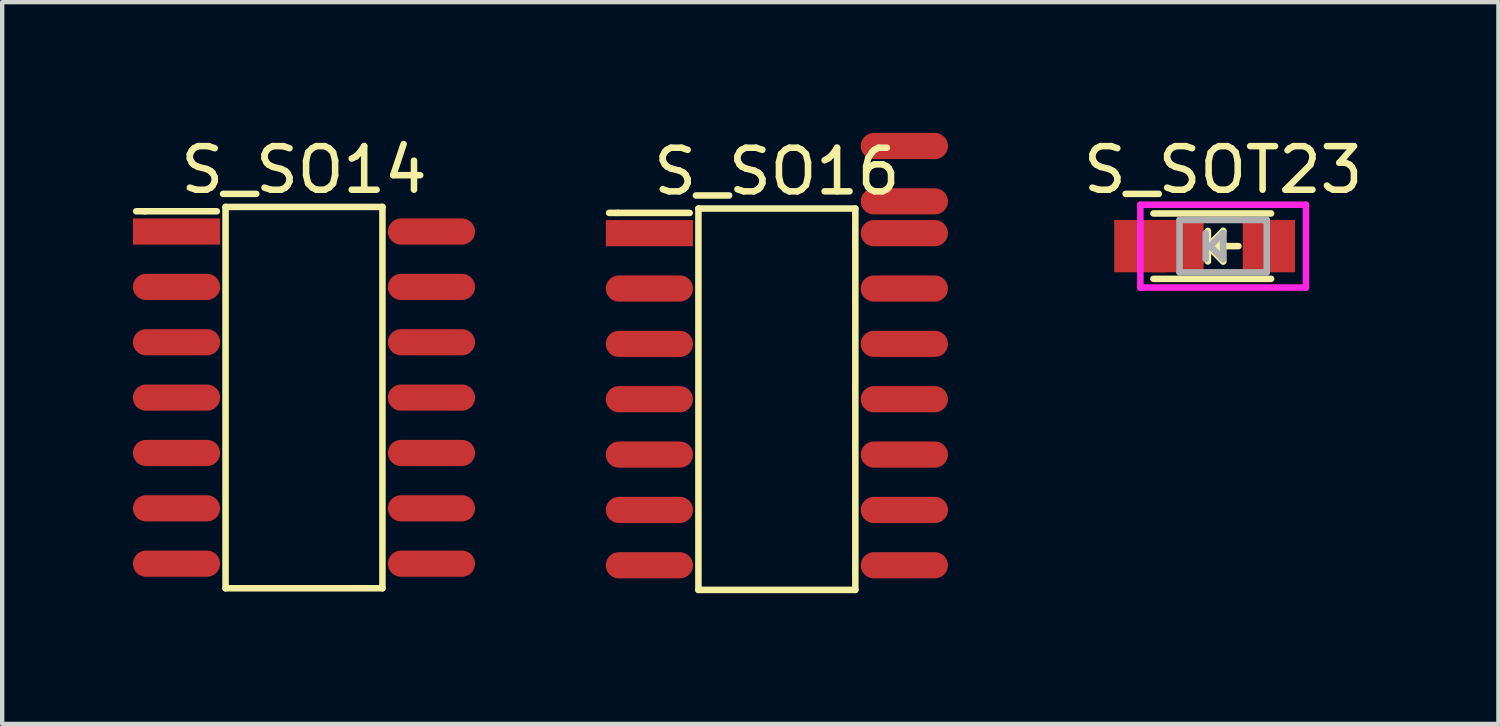
<source format=kicad_pcb>
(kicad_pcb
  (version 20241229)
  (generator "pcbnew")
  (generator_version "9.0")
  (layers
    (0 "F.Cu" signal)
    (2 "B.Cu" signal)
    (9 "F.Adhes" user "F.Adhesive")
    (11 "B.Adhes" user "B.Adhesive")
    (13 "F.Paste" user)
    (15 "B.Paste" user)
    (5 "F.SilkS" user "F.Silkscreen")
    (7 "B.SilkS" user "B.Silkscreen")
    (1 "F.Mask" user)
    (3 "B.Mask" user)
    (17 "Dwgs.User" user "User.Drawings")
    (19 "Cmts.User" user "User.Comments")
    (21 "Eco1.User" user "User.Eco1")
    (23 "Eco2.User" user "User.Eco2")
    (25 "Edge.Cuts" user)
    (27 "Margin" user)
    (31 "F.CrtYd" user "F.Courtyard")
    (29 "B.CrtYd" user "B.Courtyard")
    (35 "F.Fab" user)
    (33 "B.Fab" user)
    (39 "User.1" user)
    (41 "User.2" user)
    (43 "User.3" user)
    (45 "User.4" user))
  (footprint "S_SO16"
    (layer "F.Cu")
    (at 14.775 6.11)
    (property "Reference" "S_SO16" (at 0 -5.225 0) (layer "F.SilkS") (effects (font (size 1 1) (thickness 0.15))))
    (attr smd)
    (fp_line (start -3.85 -4.275) (end -3.65 -4.275) (stroke (width 0.15) (type solid)) (layer "F.SilkS"))
    (fp_line (start -3.65 -4.275) (end -2 -4.275) (stroke (width 0.15) (type solid)) (layer "F.SilkS"))
    (fp_line (start -1.8 -4.375) (end -1.8 4.375) (stroke (width 0.15) (type solid)) (layer "F.SilkS"))
    (fp_line (start -1.8 4.375) (end 1.8 4.375) (stroke (width 0.15) (type solid)) (layer "F.SilkS"))
    (fp_line (start 1.8 -4.375) (end -1.8 -4.375) (stroke (width 0.15) (type solid)) (layer "F.SilkS"))
    (fp_line (start 1.8 4.375) (end 1.8 -4.375) (stroke (width 0.15) (type solid)) (layer "F.SilkS"))
    (pad "1" smd rect (at -2.925 -3.81) (size 2 0.6) (layers "F.Cu" "F.Mask" "F.Paste"))
    (pad "2" smd oval (at -2.925 -2.54) (size 2 0.6) (layers "F.Cu" "F.Mask" "F.Paste"))
    (pad "3" smd oval (at -2.925 -1.27) (size 2 0.6) (layers "F.Cu" "F.Mask" "F.Paste"))
    (pad "4" smd oval (at -2.925 0) (size 2 0.6) (layers "F.Cu" "F.Mask" "F.Paste"))
    (pad "5" smd oval (at -2.925 1.27) (size 2 0.6) (layers "F.Cu" "F.Mask" "F.Paste"))
    (pad "6" smd oval (at -2.925 2.54) (size 2 0.6) (layers "F.Cu" "F.Mask" "F.Paste"))
    (pad "7" smd oval (at -2.925 3.81) (size 2 0.6) (layers "F.Cu" "F.Mask" "F.Paste"))
    (pad "8" smd oval (at 2.925 3.81) (size 2 0.6) (layers "F.Cu" "F.Mask" "F.Paste"))
    (pad "9" smd oval (at 2.925 2.54) (size 2 0.6) (layers "F.Cu" "F.Mask" "F.Paste"))
    (pad "10" smd oval (at 2.925 1.27) (size 2 0.6) (layers "F.Cu" "F.Mask" "F.Paste"))
    (pad "11" smd oval (at 2.925 0) (size 2 0.6) (layers "F.Cu" "F.Mask" "F.Paste"))
    (pad "12" smd oval (at 2.925 -1.27) (size 2 0.6) (layers "F.Cu" "F.Mask" "F.Paste"))
    (pad "13" smd oval (at 2.925 -2.54) (size 2 0.6) (layers "F.Cu" "F.Mask" "F.Paste"))
    (pad "14" smd oval (at 2.925 -3.81) (size 2 0.6) (layers "F.Cu" "F.Mask" "F.Paste"))
    (pad "15" smd oval (at 2.925 -4.54) (size 2 0.6) (layers "F.Cu" "F.Mask" "F.Paste"))
    (pad "16" smd oval (at 2.925 -5.81) (size 2 0.6) (layers "F.Cu" "F.Mask" "F.Paste")))
  (footprint "S_SO14"
    (layer "F.Cu")
    (at 3.925 6.073)
    (property "Reference" "S_SO14" (at 0 -5.225 0) (layer "F.SilkS") (effects (font (size 1 1) (thickness 0.15))))
    (attr smd)
    (fp_line (start -3.85 -4.275) (end -3.65 -4.275) (stroke (width 0.15) (type solid)) (layer "F.SilkS"))
    (fp_line (start -3.65 -4.275) (end -2 -4.275) (stroke (width 0.15) (type solid)) (layer "F.SilkS"))
    (fp_line (start -1.8 -4.375) (end -1.8 4.375) (stroke (width 0.15) (type solid)) (layer "F.SilkS"))
    (fp_line (start -1.8 4.375) (end 1.8 4.375) (stroke (width 0.15) (type solid)) (layer "F.SilkS"))
    (fp_line (start 1.8 -4.375) (end -1.8 -4.375) (stroke (width 0.15) (type solid)) (layer "F.SilkS"))
    (fp_line (start 1.8 4.375) (end 1.8 -4.375) (stroke (width 0.15) (type solid)) (layer "F.SilkS"))
    (pad "1" smd rect (at -2.925 -3.81) (size 2 0.6) (layers "F.Cu" "F.Mask" "F.Paste"))
    (pad "2" smd oval (at -2.925 -2.54) (size 2 0.6) (layers "F.Cu" "F.Mask" "F.Paste"))
    (pad "3" smd oval (at -2.925 -1.27) (size 2 0.6) (layers "F.Cu" "F.Mask" "F.Paste"))
    (pad "4" smd oval (at -2.925 0) (size 2 0.6) (layers "F.Cu" "F.Mask" "F.Paste"))
    (pad "5" smd oval (at -2.925 1.27) (size 2 0.6) (layers "F.Cu" "F.Mask" "F.Paste"))
    (pad "6" smd oval (at -2.925 2.54) (size 2 0.6) (layers "F.Cu" "F.Mask" "F.Paste"))
    (pad "7" smd oval (at -2.925 3.81) (size 2 0.6) (layers "F.Cu" "F.Mask" "F.Paste"))
    (pad "8" smd oval (at 2.925 3.81) (size 2 0.6) (layers "F.Cu" "F.Mask" "F.Paste"))
    (pad "9" smd oval (at 2.925 2.54) (size 2 0.6) (layers "F.Cu" "F.Mask" "F.Paste"))
    (pad "10" smd oval (at 2.925 1.27) (size 2 0.6) (layers "F.Cu" "F.Mask" "F.Paste"))
    (pad "11" smd oval (at 2.925 0) (size 2 0.6) (layers "F.Cu" "F.Mask" "F.Paste"))
    (pad "12" smd oval (at 2.925 -1.27) (size 2 0.6) (layers "F.Cu" "F.Mask" "F.Paste"))
    (pad "13" smd oval (at 2.925 -2.54) (size 2 0.6) (layers "F.Cu" "F.Mask" "F.Paste"))
    (pad "14" smd oval (at 2.925 -3.81) (size 2 0.6) (layers "F.Cu" "F.Mask" "F.Paste")))
  (footprint "S_SOT23"
    (layer "F.Cu")
    (at 25.015 2.598)
    (property "Reference" "S_SOT23" (at 0 -1.75 0) (layer "F.SilkS") (effects (font (size 1 1) (thickness 0.15))))
    (attr smd)
    (fp_line (start -1.6 -0.75) (end 1.1 -0.75) (stroke (width 0.15) (type solid)) (layer "F.SilkS"))
    (fp_line (start -1.6 0.75) (end 1.1 0.75) (stroke (width 0.15) (type solid)) (layer "F.SilkS"))
    (fp_line (start -0.35 -0.35) (end -0.35 0.35) (stroke (width 0.15) (type solid)) (layer "F.SilkS"))
    (fp_line (start -0.35 0) (end 0 -0.35) (stroke (width 0.15) (type solid)) (layer "F.SilkS"))
    (fp_line (start -0.1 -0.1) (end -0.25 0.05) (stroke (width 0.15) (type solid)) (layer "F.SilkS"))
    (fp_line (start -0.1 0.15) (end -0.1 -0.1) (stroke (width 0.15) (type solid)) (layer "F.SilkS"))
    (fp_line (start 0 -0.35) (end 0 0.35) (stroke (width 0.15) (type solid)) (layer "F.SilkS"))
    (fp_line (start 0 0) (end 0.35 0) (stroke (width 0.15) (type solid)) (layer "F.SilkS"))
    (fp_line (start 0 0.35) (end -0.35 0) (stroke (width 0.15) (type solid)) (layer "F.SilkS"))
    (fp_line (start -1.9 -0.95) (end 1.9 -0.95) (stroke (width 0.15) (type solid)) (layer "F.CrtYd"))
    (fp_line (start -1.9 0.95) (end -1.9 -0.95) (stroke (width 0.15) (type solid)) (layer "F.CrtYd"))
    (fp_line (start 1.9 -0.95) (end 1.9 0.95) (stroke (width 0.15) (type solid)) (layer "F.CrtYd"))
    (fp_line (start 1.9 0.95) (end -1.9 0.95) (stroke (width 0.15) (type solid)) (layer "F.CrtYd"))
    (fp_line (start -1 -0.6) (end -1 0.6) (stroke (width 0.15) (type solid)) (layer "F.Fab"))
    (fp_line (start -1 0.6) (end 1 0.6) (stroke (width 0.15) (type solid)) (layer "F.Fab"))
    (fp_line (start -0.4 -0.3) (end -0.4 0.3) (stroke (width 0.15) (type solid)) (layer "F.Fab"))
    (fp_line (start -0.3 0) (end 0 -0.3) (stroke (width 0.15) (type solid)) (layer "F.Fab"))
    (fp_line (start 0 -0.3) (end 0 0.3) (stroke (width 0.15) (type solid)) (layer "F.Fab"))
    (fp_line (start 0 0.3) (end -0.3 0) (stroke (width 0.15) (type solid)) (layer "F.Fab"))
    (fp_line (start 1 -0.6) (end -1 -0.6) (stroke (width 0.15) (type solid)) (layer "F.Fab"))
    (fp_line (start 1 0.6) (end 1 -0.6) (stroke (width 0.15) (type solid)) (layer "F.Fab"))
    (pad "1" smd rect (at 1.049 0 180) (size 1.199 1.199) (layers "F.Cu" "F.Mask" "F.Paste"))
    (pad "2" smd rect (at -1.049 0 180) (size 1.199 1.199) (layers "F.Cu" "F.Mask" "F.Paste"))
    (pad "3" smd rect (at -1.9 0 180) (size 1.199 1.199) (layers "F.Cu" "F.Mask" "F.Paste")))
  (gr_rect
    (start -3 -3)
    (end 31.331 13.56)
    (stroke (width 0.1) (type default))
    (fill no)
    (layer "Edge.Cuts")))
</source>
